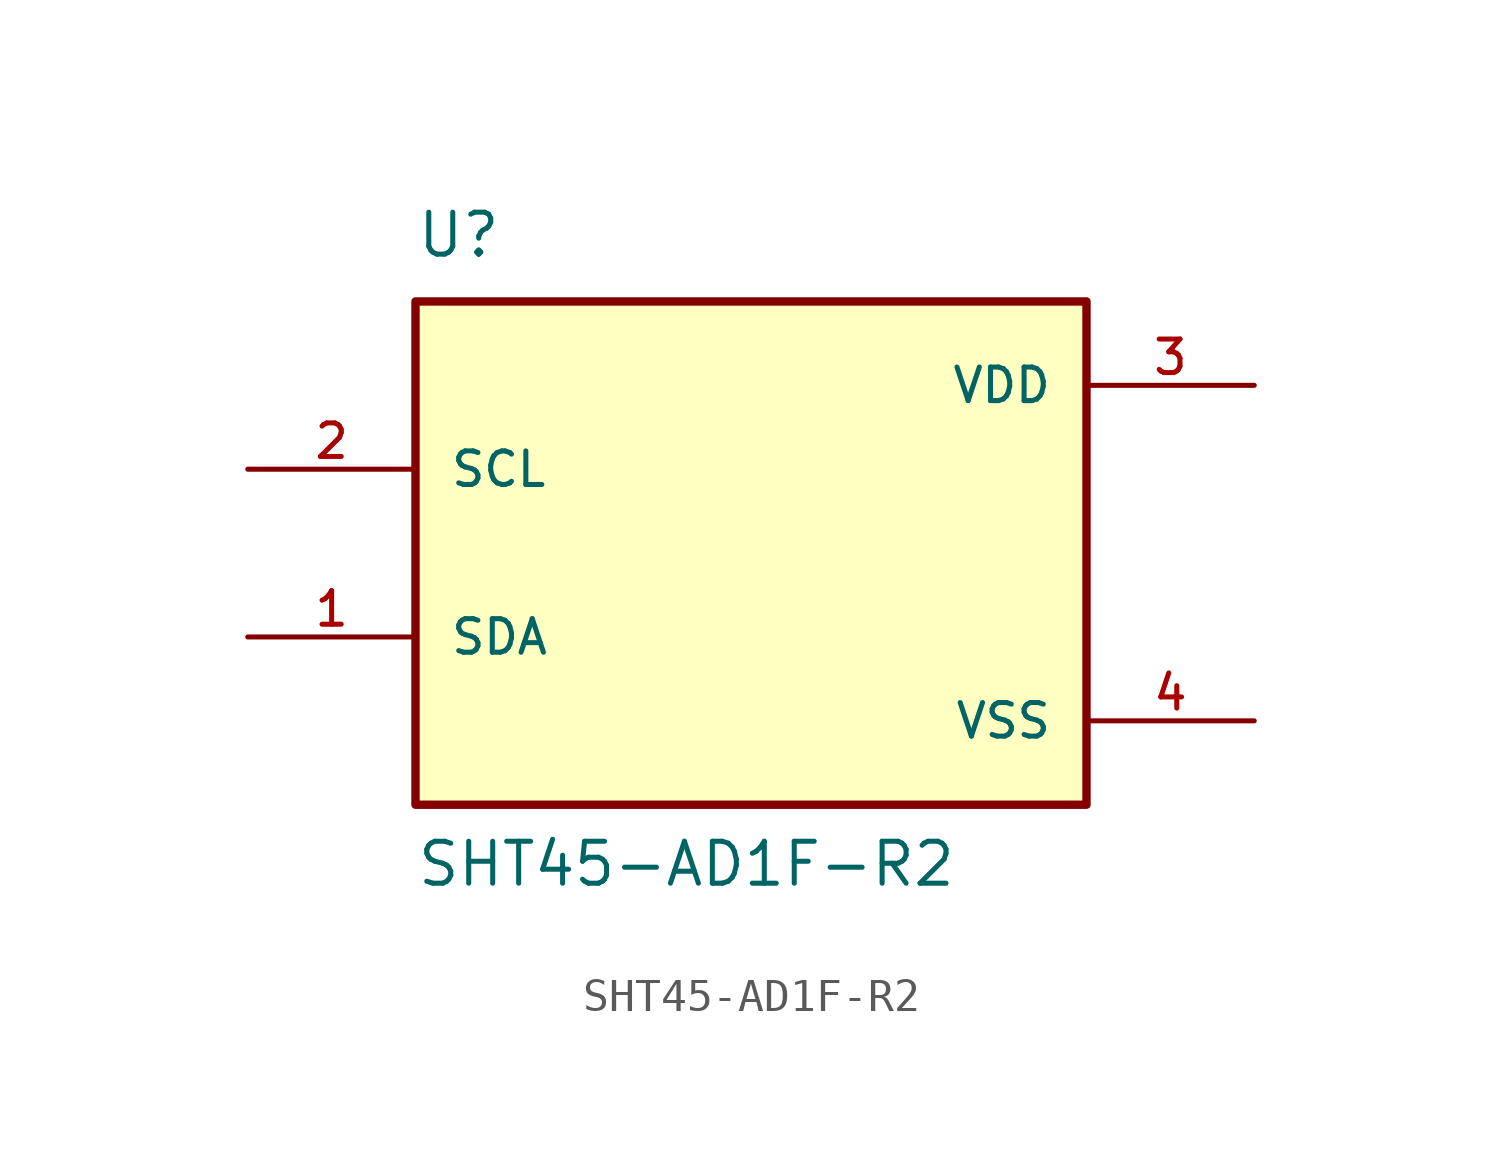
<source format=kicad_sym>
(kicad_symbol_lib
  (version 20211014)
  (generator kicad_symbol_editor)
  (symbol "SHT45-AD1F-R2"
    (pin_names
      (offset 1.016))
    (property "Reference" "U"
      (at -10.16 8.89 0)
      (effects (font (size 1.27 1.27)) (justify bottom left)))
    (property "Value" "SHT45-AD1F-R2"
      (at -10.16 -10.16 0)
      (effects (font (size 1.27 1.27)) (justify bottom left)))
    (symbol "SHT45-AD1F-R2_0_0"
      (rectangle (start -10.16 -7.62) (end 10.16 7.62) (stroke (width 0.254)) (fill (type background)))
      (pin input line (at -15.24 2.54 0) (length 5.08) (name "SCL" (effects (font (size 1.016 1.016)))) (number "2" (effects (font (size 1.016 1.016)))))
      (pin bidirectional line (at -15.24 -2.54 0) (length 5.08) (name "SDA" (effects (font (size 1.016 1.016)))) (number "1" (effects (font (size 1.016 1.016)))))
      (pin power_in line (at 15.24 5.08 180.0) (length 5.08) (name "VDD" (effects (font (size 1.016 1.016)))) (number "3" (effects (font (size 1.016 1.016)))))
      (pin power_in line (at 15.24 -5.08 180.0) (length 5.08) (name "VSS" (effects (font (size 1.016 1.016)))) (number "4" (effects (font (size 1.016 1.016))))))))
</source>
